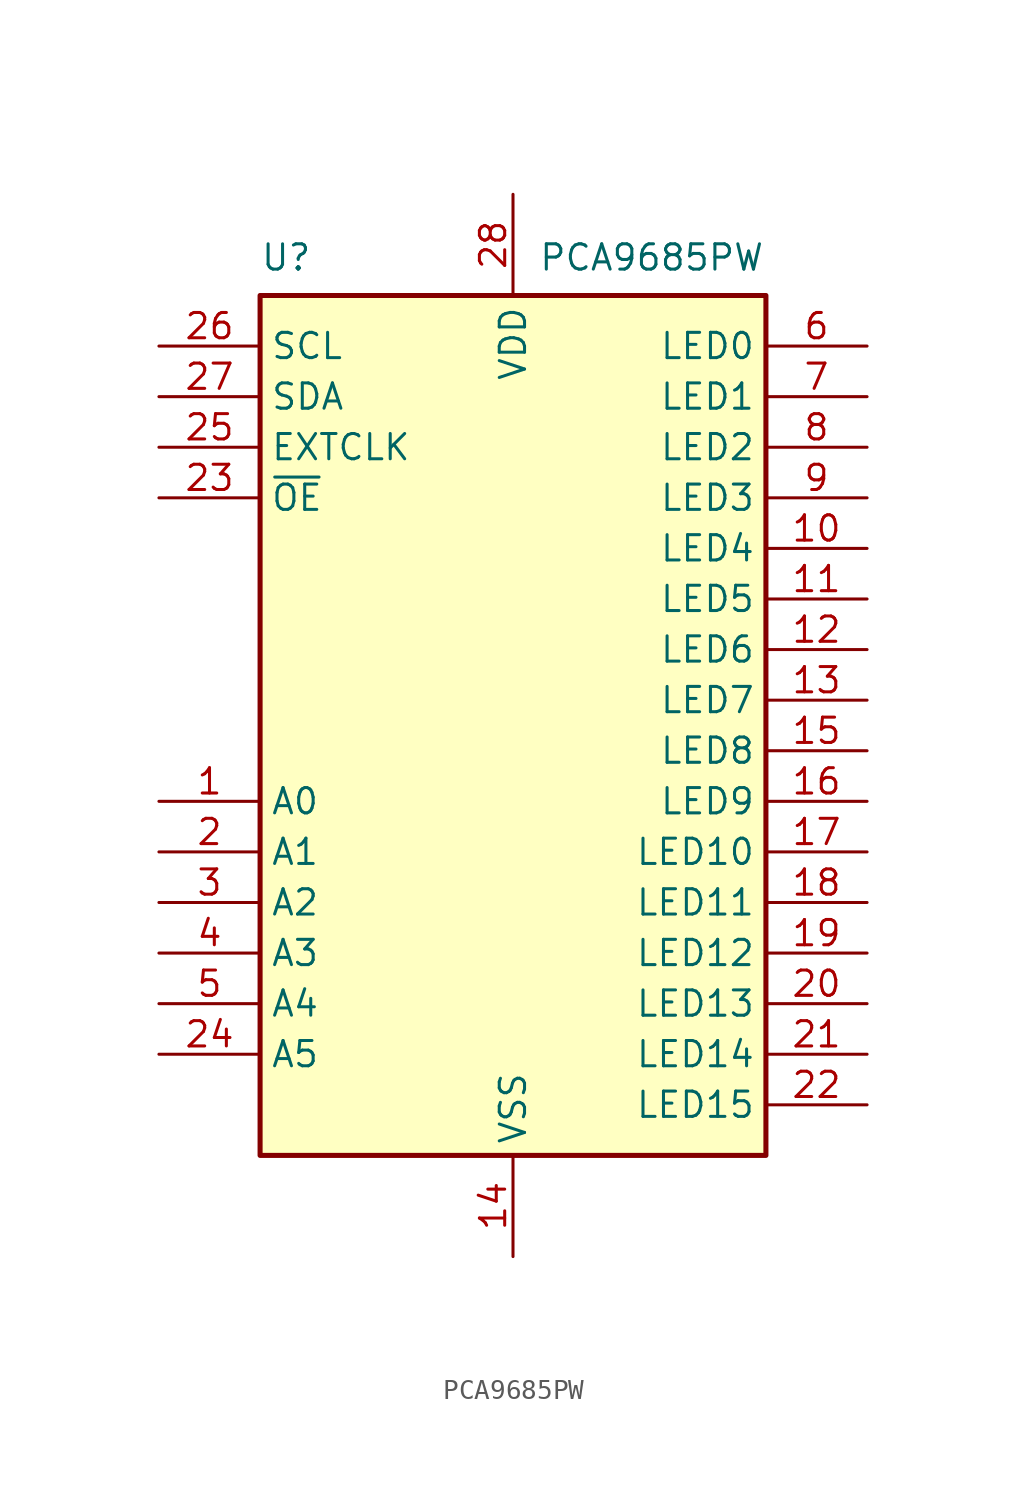
<source format=kicad_sym>
(kicad_symbol_lib
  (version 20220914)
  (generator kicad_symbol_editor)
  (symbol "PCA9685PW"
    (property "Reference" "U"
      (at -12.7 22.225 0)
      (effects (font (size 1.27 1.27)) (justify left)))
    (property "Value" "PCA9685PW"
      (at 1.27 22.225 0)
      (effects (font (size 1.27 1.27)) (justify left)))
    (symbol "PCA9685PW_0_1"
      (rectangle (start -12.7 20.32) (end 12.7 -22.86) (stroke (width 0.254) (type default)) (fill (type background))))
    (symbol "PCA9685PW_1_1"
      (pin input line (at -17.78 -5.08 0) (length 5.08) (name "A0" (effects (font (size 1.27 1.27)))) (number "1" (effects (font (size 1.27 1.27)))))
      (pin output line (at 17.78 7.62 180) (length 5.08) (name "LED4" (effects (font (size 1.27 1.27)))) (number "10" (effects (font (size 1.27 1.27)))))
      (pin output line (at 17.78 5.08 180) (length 5.08) (name "LED5" (effects (font (size 1.27 1.27)))) (number "11" (effects (font (size 1.27 1.27)))))
      (pin output line (at 17.78 2.54 180) (length 5.08) (name "LED6" (effects (font (size 1.27 1.27)))) (number "12" (effects (font (size 1.27 1.27)))))
      (pin output line (at 17.78 0 180) (length 5.08) (name "LED7" (effects (font (size 1.27 1.27)))) (number "13" (effects (font (size 1.27 1.27)))))
      (pin power_in line (at 0 -27.94 90) (length 5.08) (name "VSS" (effects (font (size 1.27 1.27)))) (number "14" (effects (font (size 1.27 1.27)))))
      (pin output line (at 17.78 -2.54 180) (length 5.08) (name "LED8" (effects (font (size 1.27 1.27)))) (number "15" (effects (font (size 1.27 1.27)))))
      (pin output line (at 17.78 -5.08 180) (length 5.08) (name "LED9" (effects (font (size 1.27 1.27)))) (number "16" (effects (font (size 1.27 1.27)))))
      (pin output line (at 17.78 -7.62 180) (length 5.08) (name "LED10" (effects (font (size 1.27 1.27)))) (number "17" (effects (font (size 1.27 1.27)))))
      (pin output line (at 17.78 -10.16 180) (length 5.08) (name "LED11" (effects (font (size 1.27 1.27)))) (number "18" (effects (font (size 1.27 1.27)))))
      (pin output line (at 17.78 -12.7 180) (length 5.08) (name "LED12" (effects (font (size 1.27 1.27)))) (number "19" (effects (font (size 1.27 1.27)))))
      (pin input line (at -17.78 -7.62 0) (length 5.08) (name "A1" (effects (font (size 1.27 1.27)))) (number "2" (effects (font (size 1.27 1.27)))))
      (pin output line (at 17.78 -15.24 180) (length 5.08) (name "LED13" (effects (font (size 1.27 1.27)))) (number "20" (effects (font (size 1.27 1.27)))))
      (pin output line (at 17.78 -17.78 180) (length 5.08) (name "LED14" (effects (font (size 1.27 1.27)))) (number "21" (effects (font (size 1.27 1.27)))))
      (pin output line (at 17.78 -20.32 180) (length 5.08) (name "LED15" (effects (font (size 1.27 1.27)))) (number "22" (effects (font (size 1.27 1.27)))))
      (pin input line (at -17.78 10.16 0) (length 5.08) (name "~{OE}" (effects (font (size 1.27 1.27)))) (number "23" (effects (font (size 1.27 1.27)))))
      (pin input line (at -17.78 -17.78 0) (length 5.08) (name "A5" (effects (font (size 1.27 1.27)))) (number "24" (effects (font (size 1.27 1.27)))))
      (pin input line (at -17.78 12.7 0) (length 5.08) (name "EXTCLK" (effects (font (size 1.27 1.27)))) (number "25" (effects (font (size 1.27 1.27)))))
      (pin input line (at -17.78 17.78 0) (length 5.08) (name "SCL" (effects (font (size 1.27 1.27)))) (number "26" (effects (font (size 1.27 1.27)))))
      (pin bidirectional line (at -17.78 15.24 0) (length 5.08) (name "SDA" (effects (font (size 1.27 1.27)))) (number "27" (effects (font (size 1.27 1.27)))))
      (pin power_in line (at 0 25.4 270) (length 5.08) (name "VDD" (effects (font (size 1.27 1.27)))) (number "28" (effects (font (size 1.27 1.27)))))
      (pin input line (at -17.78 -10.16 0) (length 5.08) (name "A2" (effects (font (size 1.27 1.27)))) (number "3" (effects (font (size 1.27 1.27)))))
      (pin input line (at -17.78 -12.7 0) (length 5.08) (name "A3" (effects (font (size 1.27 1.27)))) (number "4" (effects (font (size 1.27 1.27)))))
      (pin input line (at -17.78 -15.24 0) (length 5.08) (name "A4" (effects (font (size 1.27 1.27)))) (number "5" (effects (font (size 1.27 1.27)))))
      (pin output line (at 17.78 17.78 180) (length 5.08) (name "LED0" (effects (font (size 1.27 1.27)))) (number "6" (effects (font (size 1.27 1.27)))))
      (pin output line (at 17.78 15.24 180) (length 5.08) (name "LED1" (effects (font (size 1.27 1.27)))) (number "7" (effects (font (size 1.27 1.27)))))
      (pin output line (at 17.78 12.7 180) (length 5.08) (name "LED2" (effects (font (size 1.27 1.27)))) (number "8" (effects (font (size 1.27 1.27)))))
      (pin output line (at 17.78 10.16 180) (length 5.08) (name "LED3" (effects (font (size 1.27 1.27)))) (number "9" (effects (font (size 1.27 1.27))))))))
</source>
